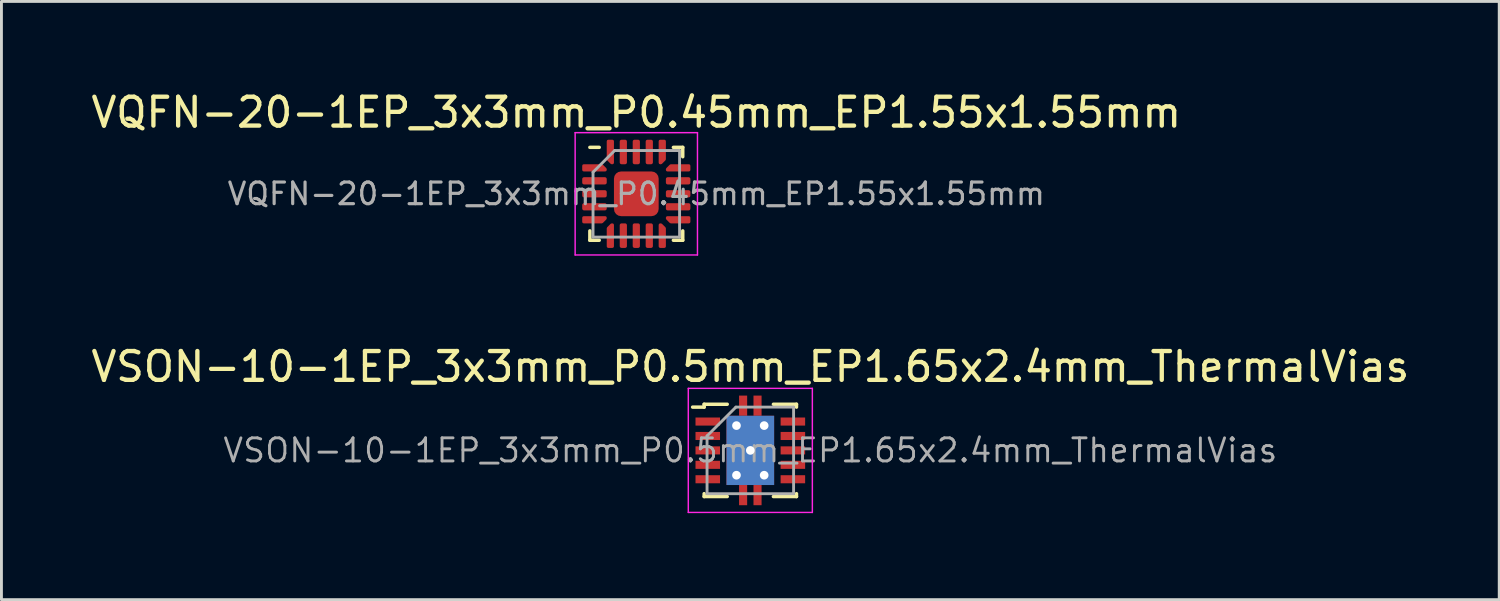
<source format=kicad_pcb>
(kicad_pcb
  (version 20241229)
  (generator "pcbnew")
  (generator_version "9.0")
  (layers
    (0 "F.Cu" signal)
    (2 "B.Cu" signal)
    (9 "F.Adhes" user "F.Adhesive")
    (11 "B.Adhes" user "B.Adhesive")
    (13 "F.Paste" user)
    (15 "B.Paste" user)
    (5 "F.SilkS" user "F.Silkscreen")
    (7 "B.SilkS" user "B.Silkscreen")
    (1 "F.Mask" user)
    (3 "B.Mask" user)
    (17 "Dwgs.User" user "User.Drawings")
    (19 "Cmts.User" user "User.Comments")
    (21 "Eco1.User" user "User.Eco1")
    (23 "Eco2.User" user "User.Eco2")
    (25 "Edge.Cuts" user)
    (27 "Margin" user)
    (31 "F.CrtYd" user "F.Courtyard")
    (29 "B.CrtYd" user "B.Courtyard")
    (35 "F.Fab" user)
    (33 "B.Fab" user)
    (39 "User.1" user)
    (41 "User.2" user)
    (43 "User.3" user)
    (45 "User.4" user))
  (footprint "VQFN-20-1EP_3x3mm_P0.45mm_EP1.55x1.55mm"
    (layer "F.Cu")
    (at 19.006 3.668)
    (property "Reference" "VQFN-20-1EP_3x3mm_P0.45mm_EP1.55x1.55mm" (at 0 -2.82 0) (layer "F.SilkS") (effects (font (size 1 1) (thickness 0.15))))
    (attr smd)
    (fp_line (start -1.61 1.61) (end -1.61 1.285) (stroke (width 0.12) (type solid)) (layer "F.SilkS"))
    (fp_line (start -1.285 -1.61) (end -1.61 -1.61) (stroke (width 0.12) (type solid)) (layer "F.SilkS"))
    (fp_line (start -1.285 1.61) (end -1.61 1.61) (stroke (width 0.12) (type solid)) (layer "F.SilkS"))
    (fp_line (start 1.285 -1.61) (end 1.61 -1.61) (stroke (width 0.12) (type solid)) (layer "F.SilkS"))
    (fp_line (start 1.285 1.61) (end 1.61 1.61) (stroke (width 0.12) (type solid)) (layer "F.SilkS"))
    (fp_line (start 1.61 -1.61) (end 1.61 -1.285) (stroke (width 0.12) (type solid)) (layer "F.SilkS"))
    (fp_line (start 1.61 1.61) (end 1.61 1.285) (stroke (width 0.12) (type solid)) (layer "F.SilkS"))
    (fp_line (start -2.12 -2.12) (end -2.12 2.12) (stroke (width 0.05) (type solid)) (layer "F.CrtYd"))
    (fp_line (start -2.12 2.12) (end 2.12 2.12) (stroke (width 0.05) (type solid)) (layer "F.CrtYd"))
    (fp_line (start 2.12 -2.12) (end -2.12 -2.12) (stroke (width 0.05) (type solid)) (layer "F.CrtYd"))
    (fp_line (start 2.12 2.12) (end 2.12 -2.12) (stroke (width 0.05) (type solid)) (layer "F.CrtYd"))
    (fp_line (start -1.5 -0.75) (end -0.75 -1.5) (stroke (width 0.1) (type solid)) (layer "F.Fab"))
    (fp_line (start -1.5 1.5) (end -1.5 -0.75) (stroke (width 0.1) (type solid)) (layer "F.Fab"))
    (fp_line (start -0.75 -1.5) (end 1.5 -1.5) (stroke (width 0.1) (type solid)) (layer "F.Fab"))
    (fp_line (start 1.5 -1.5) (end 1.5 1.5) (stroke (width 0.1) (type solid)) (layer "F.Fab"))
    (fp_line (start 1.5 1.5) (end -1.5 1.5) (stroke (width 0.1) (type solid)) (layer "F.Fab"))
    (fp_text user "${REFERENCE}" (at 0 0 0) (layer "F.Fab") (effects (font (size 0.75 0.75) (thickness 0.11))))
    (pad "" smd roundrect (at -0.39 -0.39) (size 0.62 0.62) (layers "F.Paste") (roundrect_rratio 0.25))
    (pad "" smd roundrect (at -0.39 0.39) (size 0.62 0.62) (layers "F.Paste") (roundrect_rratio 0.25))
    (pad "" smd roundrect (at 0.39 -0.39) (size 0.62 0.62) (layers "F.Paste") (roundrect_rratio 0.25))
    (pad "" smd roundrect (at 0.39 0.39) (size 0.62 0.62) (layers "F.Paste") (roundrect_rratio 0.25))
    (pad "1" smd custom (at -1.45 -0.9) (size 0.144 0.144) (layers "F.Cu" "F.Mask" "F.Paste") (options (anchor circle)) (primitives (gr_poly (pts (xy -0.375 -0.075) (xy 0.254 -0.075) (xy 0.375 0.046) (xy 0.375 0.075) (xy -0.375 0.075)) (width 0.1) (fill yes))))
    (pad "2" smd roundrect (at -1.45 -0.45) (size 0.85 0.25) (layers "F.Cu" "F.Mask" "F.Paste") (roundrect_rratio 0.25))
    (pad "3" smd roundrect (at -1.45 0) (size 0.85 0.25) (layers "F.Cu" "F.Mask" "F.Paste") (roundrect_rratio 0.25))
    (pad "4" smd roundrect (at -1.45 0.45) (size 0.85 0.25) (layers "F.Cu" "F.Mask" "F.Paste") (roundrect_rratio 0.25))
    (pad "5" smd custom (at -1.45 0.9) (size 0.144 0.144) (layers "F.Cu" "F.Mask" "F.Paste") (options (anchor circle)) (primitives (gr_poly (pts (xy -0.375 -0.075) (xy 0.375 -0.075) (xy 0.375 -0.046) (xy 0.254 0.075) (xy -0.375 0.075)) (width 0.1) (fill yes))))
    (pad "6" smd custom (at -0.9 1.45) (size 0.144 0.144) (layers "F.Cu" "F.Mask" "F.Paste") (options (anchor circle)) (primitives (gr_poly (pts (xy -0.075 -0.254) (xy 0.046 -0.375) (xy 0.075 -0.375) (xy 0.075 0.375) (xy -0.075 0.375)) (width 0.1) (fill yes))))
    (pad "7" smd roundrect (at -0.45 1.45) (size 0.25 0.85) (layers "F.Cu" "F.Mask" "F.Paste") (roundrect_rratio 0.25))
    (pad "8" smd roundrect (at 0 1.45) (size 0.25 0.85) (layers "F.Cu" "F.Mask" "F.Paste") (roundrect_rratio 0.25))
    (pad "9" smd roundrect (at 0.45 1.45) (size 0.25 0.85) (layers "F.Cu" "F.Mask" "F.Paste") (roundrect_rratio 0.25))
    (pad "10" smd custom (at 0.9 1.45) (size 0.144 0.144) (layers "F.Cu" "F.Mask" "F.Paste") (options (anchor circle)) (primitives (gr_poly (pts (xy -0.075 -0.375) (xy -0.046 -0.375) (xy 0.075 -0.254) (xy 0.075 0.375) (xy -0.075 0.375)) (width 0.1) (fill yes))))
    (pad "11" smd custom (at 1.45 0.9) (size 0.144 0.144) (layers "F.Cu" "F.Mask" "F.Paste") (options (anchor circle)) (primitives (gr_poly (pts (xy -0.375 -0.075) (xy 0.375 -0.075) (xy 0.375 0.075) (xy -0.254 0.075) (xy -0.375 -0.046)) (width 0.1) (fill yes))))
    (pad "12" smd roundrect (at 1.45 0.45) (size 0.85 0.25) (layers "F.Cu" "F.Mask" "F.Paste") (roundrect_rratio 0.25))
    (pad "13" smd roundrect (at 1.45 0) (size 0.85 0.25) (layers "F.Cu" "F.Mask" "F.Paste") (roundrect_rratio 0.25))
    (pad "14" smd roundrect (at 1.45 -0.45) (size 0.85 0.25) (layers "F.Cu" "F.Mask" "F.Paste") (roundrect_rratio 0.25))
    (pad "15" smd custom (at 1.45 -0.9) (size 0.144 0.144) (layers "F.Cu" "F.Mask" "F.Paste") (options (anchor circle)) (primitives (gr_poly (pts (xy -0.375 0.046) (xy -0.254 -0.075) (xy 0.375 -0.075) (xy 0.375 0.075) (xy -0.375 0.075)) (width 0.1) (fill yes))))
    (pad "16" smd custom (at 0.9 -1.45) (size 0.144 0.144) (layers "F.Cu" "F.Mask" "F.Paste") (options (anchor circle)) (primitives (gr_poly (pts (xy -0.075 -0.375) (xy 0.075 -0.375) (xy 0.075 0.254) (xy -0.046 0.375) (xy -0.075 0.375)) (width 0.1) (fill yes))))
    (pad "17" smd roundrect (at 0.45 -1.45) (size 0.25 0.85) (layers "F.Cu" "F.Mask" "F.Paste") (roundrect_rratio 0.25))
    (pad "18" smd roundrect (at 0 -1.45) (size 0.25 0.85) (layers "F.Cu" "F.Mask" "F.Paste") (roundrect_rratio 0.25))
    (pad "19" smd roundrect (at -0.45 -1.45) (size 0.25 0.85) (layers "F.Cu" "F.Mask" "F.Paste") (roundrect_rratio 0.25))
    (pad "20" smd custom (at -0.9 -1.45) (size 0.144 0.144) (layers "F.Cu" "F.Mask" "F.Paste") (options (anchor circle)) (primitives (gr_poly (pts (xy -0.075 -0.375) (xy 0.075 -0.375) (xy 0.075 0.375) (xy 0.046 0.375) (xy -0.075 0.254)) (width 0.1) (fill yes))))
    (pad "21" smd roundrect (at 0 0) (size 1.55 1.55) (layers "F.Cu" "F.Mask") (roundrect_rratio 0.161)))
  (footprint "VSON-10-1EP_3x3mm_P0.5mm_EP1.65x2.4mm_ThermalVias"
    (layer "F.Cu")
    (at 22.958 12.562)
    (property "Reference" "VSON-10-1EP_3x3mm_P0.5mm_EP1.65x2.4mm_ThermalVias" (at 0 -2.9 0) (layer "F.SilkS") (effects (font (size 1 1) (thickness 0.15))))
    (attr smd)
    (fp_line (start -1.6 -1.6) (end -1.6 -1.5) (stroke (width 0.12) (type solid)) (layer "F.SilkS"))
    (fp_line (start -1.6 -1.5) (end -2 -1.5) (stroke (width 0.12) (type solid)) (layer "F.SilkS"))
    (fp_line (start -1.6 1.5) (end -1.6 1.6) (stroke (width 0.12) (type solid)) (layer "F.SilkS"))
    (fp_line (start -1.6 1.6) (end -0.8 1.6) (stroke (width 0.12) (type solid)) (layer "F.SilkS"))
    (fp_line (start -0.8 -1.6) (end -1.6 -1.6) (stroke (width 0.12) (type solid)) (layer "F.SilkS"))
    (fp_line (start 0.8 -1.6) (end 1.6 -1.6) (stroke (width 0.12) (type solid)) (layer "F.SilkS"))
    (fp_line (start 0.8 1.6) (end 1.6 1.6) (stroke (width 0.12) (type solid)) (layer "F.SilkS"))
    (fp_line (start 1.6 -1.6) (end 1.6 -1.5) (stroke (width 0.12) (type solid)) (layer "F.SilkS"))
    (fp_line (start 1.6 1.6) (end 1.6 1.5) (stroke (width 0.12) (type solid)) (layer "F.SilkS"))
    (fp_line (start -2.15 -2.15) (end 2.15 -2.15) (stroke (width 0.05) (type solid)) (layer "F.CrtYd"))
    (fp_line (start -2.15 2.15) (end -2.15 -2.15) (stroke (width 0.05) (type solid)) (layer "F.CrtYd"))
    (fp_line (start 2.15 -2.15) (end 2.15 2.15) (stroke (width 0.05) (type solid)) (layer "F.CrtYd"))
    (fp_line (start 2.15 2.15) (end -2.15 2.15) (stroke (width 0.05) (type solid)) (layer "F.CrtYd"))
    (fp_line (start -1.5 -0.5) (end -1.5 1.5) (stroke (width 0.1) (type solid)) (layer "F.Fab"))
    (fp_line (start -1.5 -0.5) (end -0.5 -1.5) (stroke (width 0.1) (type solid)) (layer "F.Fab"))
    (fp_line (start -1.5 1.5) (end 1.5 1.5) (stroke (width 0.1) (type solid)) (layer "F.Fab"))
    (fp_line (start -0.5 -1.5) (end 1.5 -1.5) (stroke (width 0.1) (type solid)) (layer "F.Fab"))
    (fp_line (start 1.5 -1.5) (end 1.5 1.5) (stroke (width 0.1) (type solid)) (layer "F.Fab"))
    (fp_text user "${REFERENCE}" (at 0 0 0) (layer "F.Fab") (effects (font (size 0.8 0.8) (thickness 0.1))))
    (pad "" smd rect (at -0.48 -0.86) (size 0.64 0.64) (layers "F.Paste"))
    (pad "" smd rect (at -0.48 0) (size 0.64 0.64) (layers "F.Paste"))
    (pad "" smd rect (at -0.48 0.86) (size 0.64 0.64) (layers "F.Paste"))
    (pad "" smd rect (at 0.48 -0.86) (size 0.64 0.64) (layers "F.Paste"))
    (pad "" smd rect (at 0.48 0) (size 0.64 0.64) (layers "F.Paste"))
    (pad "" smd rect (at 0.48 0.86) (size 0.64 0.64) (layers "F.Paste"))
    (pad "1" smd rect (at -1.475 -1) (size 0.85 0.28) (layers "F.Cu" "F.Mask" "F.Paste"))
    (pad "2" smd rect (at -1.475 -0.5) (size 0.85 0.28) (layers "F.Cu" "F.Mask" "F.Paste"))
    (pad "3" smd rect (at -1.475 0) (size 0.85 0.28) (layers "F.Cu" "F.Mask" "F.Paste"))
    (pad "4" smd rect (at -1.475 0.5) (size 0.85 0.28) (layers "F.Cu" "F.Mask" "F.Paste"))
    (pad "5" smd rect (at -1.475 1) (size 0.85 0.28) (layers "F.Cu" "F.Mask" "F.Paste"))
    (pad "6" smd rect (at 1.475 1) (size 0.85 0.28) (layers "F.Cu" "F.Mask" "F.Paste"))
    (pad "7" smd rect (at 1.475 0.5) (size 0.85 0.28) (layers "F.Cu" "F.Mask" "F.Paste"))
    (pad "8" smd rect (at 1.475 0) (size 0.85 0.28) (layers "F.Cu" "F.Mask" "F.Paste"))
    (pad "9" smd rect (at 1.475 -0.5) (size 0.85 0.28) (layers "F.Cu" "F.Mask" "F.Paste"))
    (pad "10" smd rect (at 1.475 -1) (size 0.85 0.28) (layers "F.Cu" "F.Mask" "F.Paste"))
    (pad "EP" thru_hole circle (at -0.48 -0.86) (size 0.6 0.6) (drill 0.3) (layers "*.Cu"))
    (pad "EP" thru_hole circle (at -0.48 0.86) (size 0.6 0.6) (drill 0.3) (layers "*.Cu"))
    (pad "EP" smd rect (at -0.25 -1.55) (size 0.28 0.7) (layers "F.Cu" "F.Mask" "F.Paste"))
    (pad "EP" smd rect (at -0.25 1.55) (size 0.28 0.7) (layers "F.Cu" "F.Mask" "F.Paste"))
    (pad "EP" thru_hole circle (at 0 0) (size 0.6 0.6) (drill 0.3) (layers "*.Cu"))
    (pad "EP" smd rect (at 0 0) (size 1.65 2.4) (layers "F.Cu" "F.Mask"))
    (pad "EP" smd rect (at 0 0) (size 1.65 2.4) (layers "B.Cu"))
    (pad "EP" smd rect (at 0.25 -1.55) (size 0.28 0.7) (layers "F.Cu" "F.Mask" "F.Paste"))
    (pad "EP" smd rect (at 0.25 1.55) (size 0.28 0.7) (layers "F.Cu" "F.Mask" "F.Paste"))
    (pad "EP" thru_hole circle (at 0.48 -0.86) (size 0.6 0.6) (drill 0.3) (layers "*.Cu"))
    (pad "EP" thru_hole circle (at 0.48 0.86) (size 0.6 0.6) (drill 0.3) (layers "*.Cu")))
  (gr_rect
    (start -3 -3)
    (end 48.917 17.736)
    (stroke (width 0.1) (type default))
    (fill no)
    (layer "Edge.Cuts")))
</source>
